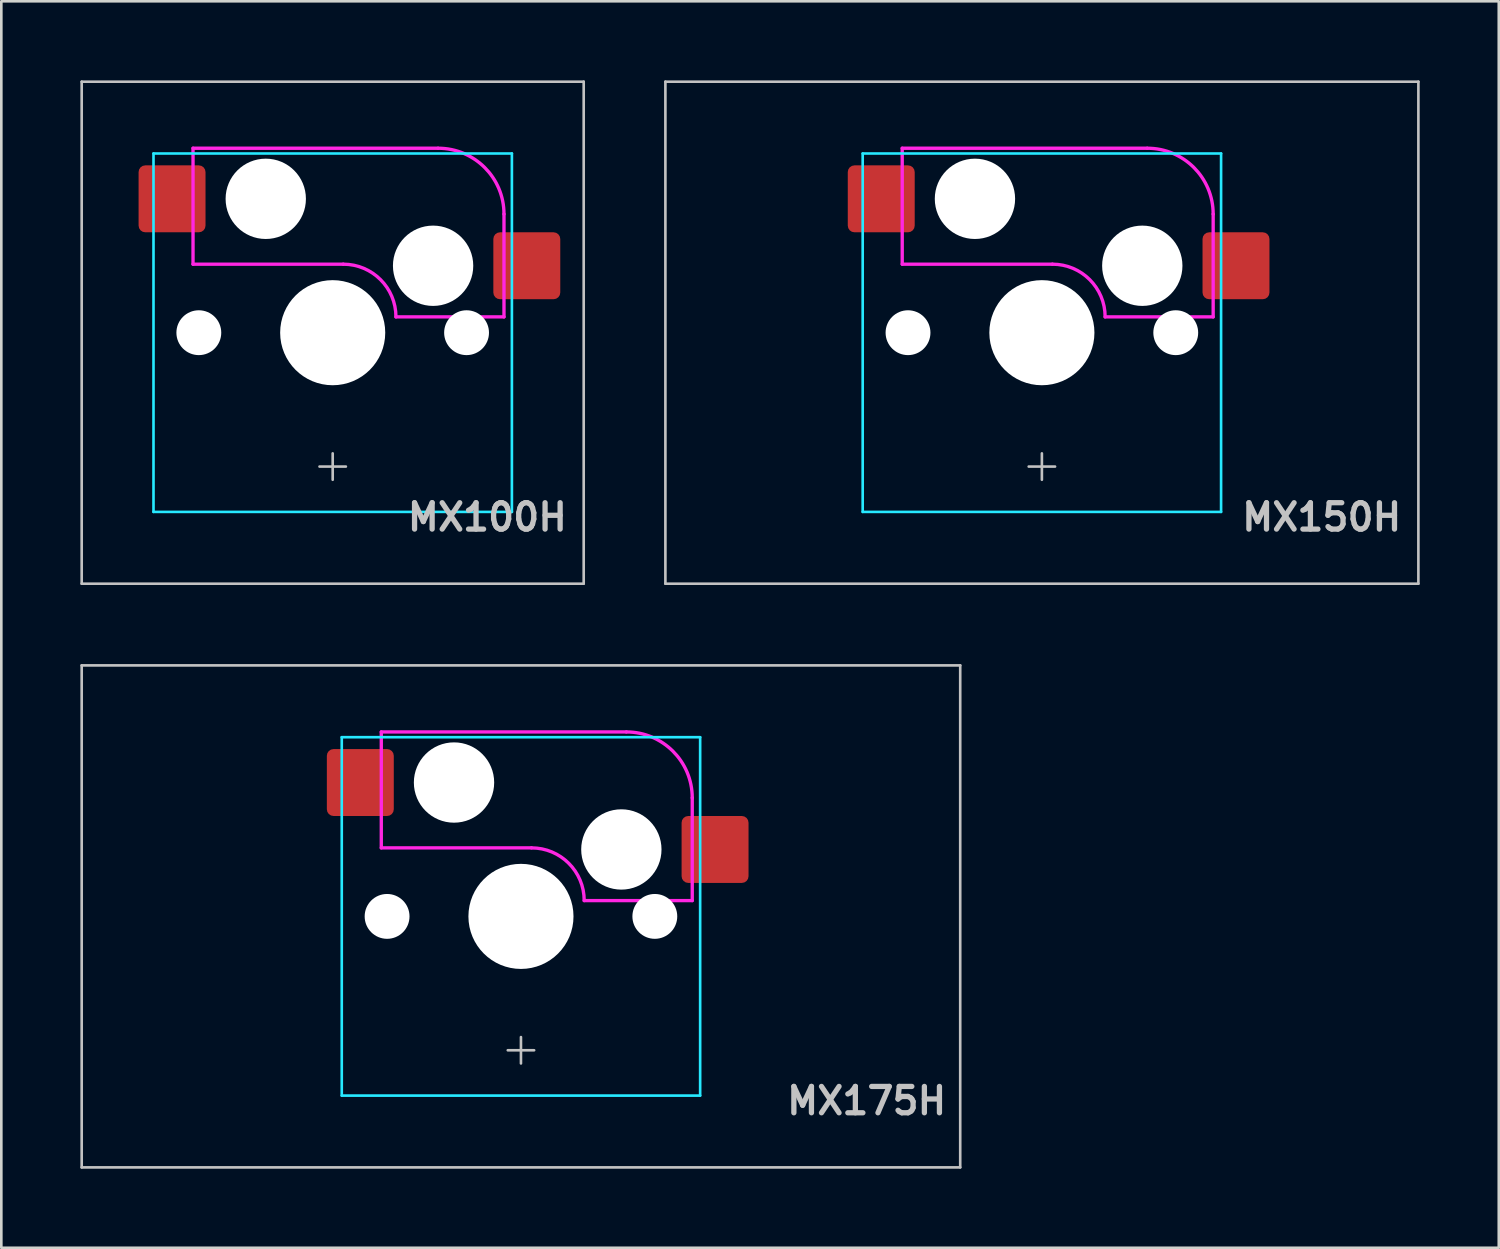
<source format=kicad_pcb>
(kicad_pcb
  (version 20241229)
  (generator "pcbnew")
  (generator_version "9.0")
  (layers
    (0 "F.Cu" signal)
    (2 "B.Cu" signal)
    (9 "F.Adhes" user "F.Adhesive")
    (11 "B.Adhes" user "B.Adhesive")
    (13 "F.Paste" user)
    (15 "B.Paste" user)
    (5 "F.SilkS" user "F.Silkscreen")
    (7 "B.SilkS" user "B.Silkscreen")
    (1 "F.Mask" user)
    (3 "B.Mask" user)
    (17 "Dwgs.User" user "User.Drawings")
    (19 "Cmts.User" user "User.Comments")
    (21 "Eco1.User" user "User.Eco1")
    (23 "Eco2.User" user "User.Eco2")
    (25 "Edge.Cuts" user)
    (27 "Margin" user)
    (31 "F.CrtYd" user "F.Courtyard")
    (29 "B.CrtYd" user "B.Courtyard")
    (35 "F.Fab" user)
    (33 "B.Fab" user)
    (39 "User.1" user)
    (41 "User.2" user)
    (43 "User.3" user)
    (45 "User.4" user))
  (footprint "MX100H"
    (layer "F.Cu")
    (at 9.575 9.575)
    (property "Reference" "MX100H" (at 9 7 0) (layer "Dwgs.User") (effects (font (size 1 1) (thickness 0.2)) (justify right)))
    (attr smd)
    (fp_line (start -9.525 -9.525) (end 9.525 -9.525) (stroke (width 0.1) (type solid)) (layer "Dwgs.User"))
    (fp_line (start -9.525 9.525) (end -9.525 -9.525) (stroke (width 0.1) (type solid)) (layer "Dwgs.User"))
    (fp_line (start -0.5 5.08) (end 0.5 5.08) (stroke (width 0.1) (type solid)) (layer "Dwgs.User"))
    (fp_line (start 0 4.58) (end 0 5.58) (stroke (width 0.1) (type solid)) (layer "Dwgs.User"))
    (fp_line (start 9.525 -9.525) (end 9.525 9.525) (stroke (width 0.1) (type solid)) (layer "Dwgs.User"))
    (fp_line (start 9.525 9.525) (end -9.525 9.525) (stroke (width 0.1) (type solid)) (layer "Dwgs.User"))
    (fp_line (start -7 -6.5) (end -7 6.5) (stroke (width 0.1) (type solid)) (layer "Eco1.User"))
    (fp_line (start -6.5 7) (end 6.5 7) (stroke (width 0.1) (type solid)) (layer "Eco1.User"))
    (fp_line (start 6.5 -7) (end -6.5 -7) (stroke (width 0.1) (type solid)) (layer "Eco1.User"))
    (fp_line (start 7 6.5) (end 7 -6.5) (stroke (width 0.1) (type solid)) (layer "Eco1.User"))
    (fp_arc (start -7 -6.5) (mid -6.853553 -6.853553) (end -6.5 -7) (stroke (width 0.1) (type solid)) (layer "Eco1.User"))
    (fp_arc (start -6.5 7) (mid -6.853553 6.853553) (end -7 6.5) (stroke (width 0.1) (type solid)) (layer "Eco1.User"))
    (fp_arc (start 6.5 -7) (mid 6.853553 -6.853553) (end 7 -6.5) (stroke (width 0.1) (type solid)) (layer "Eco1.User"))
    (fp_arc (start 7 6.5) (mid 6.853553 6.853553) (end 6.5 7) (stroke (width 0.1) (type solid)) (layer "Eco1.User"))
    (fp_line (start -6.8 -6.8) (end -6.8 6.8) (stroke (width 0.1) (type solid)) (layer "B.CrtYd"))
    (fp_line (start -6.8 -6.8) (end 6.8 -6.8) (stroke (width 0.1) (type solid)) (layer "B.CrtYd"))
    (fp_line (start -6.8 6.8) (end 6.8 6.8) (stroke (width 0.1) (type solid)) (layer "B.CrtYd"))
    (fp_line (start 6.8 -6.8) (end 6.8 6.8) (stroke (width 0.1) (type solid)) (layer "B.CrtYd"))
    (fp_line (start -5.3 -7) (end -5.3 -2.6) (stroke (width 0.127) (type solid)) (layer "F.CrtYd"))
    (fp_line (start -5.3 -7) (end 4 -7) (stroke (width 0.127) (type solid)) (layer "F.CrtYd"))
    (fp_line (start 0.4 -2.6) (end -5.3 -2.6) (stroke (width 0.127) (type solid)) (layer "F.CrtYd"))
    (fp_line (start 6.5 -4.5) (end 6.5 -0.6) (stroke (width 0.127) (type solid)) (layer "F.CrtYd"))
    (fp_line (start 6.5 -0.6) (end 2.4 -0.6) (stroke (width 0.127) (type solid)) (layer "F.CrtYd"))
    (fp_arc (start 0.4 -2.6) (mid 1.814214 -2.014214) (end 2.4 -0.6) (stroke (width 0.127) (type solid)) (layer "F.CrtYd"))
    (fp_arc (start 4 -7) (mid 5.767767 -6.267767) (end 6.5 -4.5) (stroke (width 0.127) (type solid)) (layer "F.CrtYd"))
    (pad "" np_thru_hole circle (at -5.08 0) (size 1.702 1.702) (drill 1.702) (layers "*.Cu" "*.Mask"))
    (pad "" np_thru_hole circle (at -2.54 -5.08) (size 3.048 3.048) (drill 3.048) (layers "*.Cu" "*.Mask"))
    (pad "" np_thru_hole circle (at 0 0) (size 3.988 3.988) (drill 3.988) (layers "*.Cu" "*.Mask"))
    (pad "" np_thru_hole circle (at 3.81 -2.54 90) (size 3.048 3.048) (drill 3.048) (layers "*.Cu" "*.Mask"))
    (pad "" np_thru_hole circle (at 5.08 0) (size 1.702 1.702) (drill 1.702) (layers "*.Cu" "*.Mask"))
    (pad "1" smd roundrect (at -6.096 -5.08) (size 2.54 2.54) (layers "F.Cu" "F.Mask") (roundrect_rratio 0.1))
    (pad "2" smd roundrect (at 7.366 -2.54) (size 2.54 2.54) (layers "F.Cu" "F.Mask") (roundrect_rratio 0.1)))
  (footprint "MX150H"
    (layer "F.Cu")
    (at 36.487 9.575)
    (property "Reference" "MX150H" (at 13.75 7 0) (layer "Dwgs.User") (effects (font (size 1 1) (thickness 0.2)) (justify right)))
    (attr smd)
    (fp_line (start -14.287 -9.525) (end -14.287 9.525) (stroke (width 0.1) (type solid)) (layer "Dwgs.User"))
    (fp_line (start -14.287 -9.525) (end 14.287 -9.525) (stroke (width 0.1) (type solid)) (layer "Dwgs.User"))
    (fp_line (start -14.287 9.525) (end 14.287 9.525) (stroke (width 0.1) (type solid)) (layer "Dwgs.User"))
    (fp_line (start -0.5 5.08) (end 0.5 5.08) (stroke (width 0.1) (type solid)) (layer "Dwgs.User"))
    (fp_line (start 0 4.58) (end 0 5.58) (stroke (width 0.1) (type solid)) (layer "Dwgs.User"))
    (fp_line (start 14.287 9.525) (end 14.287 -9.525) (stroke (width 0.1) (type solid)) (layer "Dwgs.User"))
    (fp_line (start -7 -6.5) (end -7 6.5) (stroke (width 0.1) (type solid)) (layer "Eco1.User"))
    (fp_line (start -6.5 7) (end 6.5 7) (stroke (width 0.1) (type solid)) (layer "Eco1.User"))
    (fp_line (start 6.5 -7) (end -6.5 -7) (stroke (width 0.1) (type solid)) (layer "Eco1.User"))
    (fp_line (start 7 6.5) (end 7 -6.5) (stroke (width 0.1) (type solid)) (layer "Eco1.User"))
    (fp_arc (start -7 -6.5) (mid -6.853553 -6.853553) (end -6.5 -7) (stroke (width 0.1) (type solid)) (layer "Eco1.User"))
    (fp_arc (start -6.5 7) (mid -6.853553 6.853553) (end -7 6.5) (stroke (width 0.1) (type solid)) (layer "Eco1.User"))
    (fp_arc (start 6.5 -7) (mid 6.853553 -6.853553) (end 7 -6.5) (stroke (width 0.1) (type solid)) (layer "Eco1.User"))
    (fp_arc (start 7 6.5) (mid 6.853553 6.853553) (end 6.5 7) (stroke (width 0.1) (type solid)) (layer "Eco1.User"))
    (fp_line (start -6.8 -6.8) (end -6.8 6.8) (stroke (width 0.1) (type solid)) (layer "B.CrtYd"))
    (fp_line (start -6.8 -6.8) (end 6.8 -6.8) (stroke (width 0.1) (type solid)) (layer "B.CrtYd"))
    (fp_line (start -6.8 6.8) (end 6.8 6.8) (stroke (width 0.1) (type solid)) (layer "B.CrtYd"))
    (fp_line (start 6.8 -6.8) (end 6.8 6.8) (stroke (width 0.1) (type solid)) (layer "B.CrtYd"))
    (fp_line (start -5.3 -7) (end -5.3 -2.6) (stroke (width 0.127) (type solid)) (layer "F.CrtYd"))
    (fp_line (start -5.3 -7) (end 4 -7) (stroke (width 0.127) (type solid)) (layer "F.CrtYd"))
    (fp_line (start 0.4 -2.6) (end -5.3 -2.6) (stroke (width 0.127) (type solid)) (layer "F.CrtYd"))
    (fp_line (start 6.5 -4.5) (end 6.5 -0.6) (stroke (width 0.127) (type solid)) (layer "F.CrtYd"))
    (fp_line (start 6.5 -0.6) (end 2.4 -0.6) (stroke (width 0.127) (type solid)) (layer "F.CrtYd"))
    (fp_arc (start 0.4 -2.6) (mid 1.814214 -2.014214) (end 2.4 -0.6) (stroke (width 0.127) (type solid)) (layer "F.CrtYd"))
    (fp_arc (start 4 -7) (mid 5.767767 -6.267767) (end 6.5 -4.5) (stroke (width 0.127) (type solid)) (layer "F.CrtYd"))
    (pad "" np_thru_hole circle (at -5.08 0) (size 1.702 1.702) (drill 1.702) (layers "*.Cu" "*.Mask"))
    (pad "" np_thru_hole circle (at -2.54 -5.08) (size 3.048 3.048) (drill 3.048) (layers "*.Cu" "*.Mask"))
    (pad "" np_thru_hole circle (at 0 0) (size 3.988 3.988) (drill 3.988) (layers "*.Cu" "*.Mask"))
    (pad "" np_thru_hole circle (at 3.81 -2.54 90) (size 3.048 3.048) (drill 3.048) (layers "*.Cu" "*.Mask"))
    (pad "" np_thru_hole circle (at 5.08 0) (size 1.702 1.702) (drill 1.702) (layers "*.Cu" "*.Mask"))
    (pad "1" smd roundrect (at -6.096 -5.08) (size 2.54 2.54) (layers "F.Cu" "F.Mask") (roundrect_rratio 0.1))
    (pad "2" smd roundrect (at 7.366 -2.54) (size 2.54 2.54) (layers "F.Cu" "F.Mask") (roundrect_rratio 0.1)))
  (footprint "MX175H"
    (layer "F.Cu")
    (at 16.719 31.725)
    (property "Reference" "MX175H" (at 16.25 7 0) (layer "Dwgs.User") (effects (font (size 1 1) (thickness 0.2)) (justify right)))
    (attr smd)
    (fp_line (start -16.669 -9.525) (end -16.669 9.525) (stroke (width 0.1) (type solid)) (layer "Dwgs.User"))
    (fp_line (start -16.669 -9.525) (end 16.669 -9.525) (stroke (width 0.1) (type solid)) (layer "Dwgs.User"))
    (fp_line (start -16.669 9.525) (end 16.669 9.525) (stroke (width 0.1) (type solid)) (layer "Dwgs.User"))
    (fp_line (start -0.5 5.08) (end 0.5 5.08) (stroke (width 0.1) (type solid)) (layer "Dwgs.User"))
    (fp_line (start 0 4.58) (end 0 5.58) (stroke (width 0.1) (type solid)) (layer "Dwgs.User"))
    (fp_line (start 16.669 9.525) (end 16.669 -9.525) (stroke (width 0.1) (type solid)) (layer "Dwgs.User"))
    (fp_line (start -7 -6.5) (end -7 6.5) (stroke (width 0.1) (type solid)) (layer "Eco1.User"))
    (fp_line (start -6.5 7) (end 6.5 7) (stroke (width 0.1) (type solid)) (layer "Eco1.User"))
    (fp_line (start 6.5 -7) (end -6.5 -7) (stroke (width 0.1) (type solid)) (layer "Eco1.User"))
    (fp_line (start 7 6.5) (end 7 -6.5) (stroke (width 0.1) (type solid)) (layer "Eco1.User"))
    (fp_arc (start -7 -6.5) (mid -6.853553 -6.853553) (end -6.5 -7) (stroke (width 0.1) (type solid)) (layer "Eco1.User"))
    (fp_arc (start -6.5 7) (mid -6.853553 6.853553) (end -7 6.5) (stroke (width 0.1) (type solid)) (layer "Eco1.User"))
    (fp_arc (start 6.5 -7) (mid 6.853553 -6.853553) (end 7 -6.5) (stroke (width 0.1) (type solid)) (layer "Eco1.User"))
    (fp_arc (start 7 6.5) (mid 6.853553 6.853553) (end 6.5 7) (stroke (width 0.1) (type solid)) (layer "Eco1.User"))
    (fp_line (start -6.8 -6.8) (end -6.8 6.8) (stroke (width 0.1) (type solid)) (layer "B.CrtYd"))
    (fp_line (start -6.8 -6.8) (end 6.8 -6.8) (stroke (width 0.1) (type solid)) (layer "B.CrtYd"))
    (fp_line (start -6.8 6.8) (end 6.8 6.8) (stroke (width 0.1) (type solid)) (layer "B.CrtYd"))
    (fp_line (start 6.8 -6.8) (end 6.8 6.8) (stroke (width 0.1) (type solid)) (layer "B.CrtYd"))
    (fp_line (start -5.3 -7) (end -5.3 -2.6) (stroke (width 0.127) (type solid)) (layer "F.CrtYd"))
    (fp_line (start -5.3 -7) (end 4 -7) (stroke (width 0.127) (type solid)) (layer "F.CrtYd"))
    (fp_line (start 0.4 -2.6) (end -5.3 -2.6) (stroke (width 0.127) (type solid)) (layer "F.CrtYd"))
    (fp_line (start 6.5 -4.5) (end 6.5 -0.6) (stroke (width 0.127) (type solid)) (layer "F.CrtYd"))
    (fp_line (start 6.5 -0.6) (end 2.4 -0.6) (stroke (width 0.127) (type solid)) (layer "F.CrtYd"))
    (fp_arc (start 0.4 -2.6) (mid 1.814214 -2.014214) (end 2.4 -0.6) (stroke (width 0.127) (type solid)) (layer "F.CrtYd"))
    (fp_arc (start 4 -7) (mid 5.767767 -6.267767) (end 6.5 -4.5) (stroke (width 0.127) (type solid)) (layer "F.CrtYd"))
    (pad "" np_thru_hole circle (at -5.08 0) (size 1.702 1.702) (drill 1.702) (layers "*.Cu" "*.Mask"))
    (pad "" np_thru_hole circle (at -2.54 -5.08) (size 3.048 3.048) (drill 3.048) (layers "*.Cu" "*.Mask"))
    (pad "" np_thru_hole circle (at 0 0) (size 3.988 3.988) (drill 3.988) (layers "*.Cu" "*.Mask"))
    (pad "" np_thru_hole circle (at 3.81 -2.54 90) (size 3.048 3.048) (drill 3.048) (layers "*.Cu" "*.Mask"))
    (pad "" np_thru_hole circle (at 5.08 0) (size 1.702 1.702) (drill 1.702) (layers "*.Cu" "*.Mask"))
    (pad "1" smd roundrect (at -6.096 -5.08) (size 2.54 2.54) (layers "F.Cu" "F.Mask") (roundrect_rratio 0.1))
    (pad "2" smd roundrect (at 7.366 -2.54) (size 2.54 2.54) (layers "F.Cu" "F.Mask") (roundrect_rratio 0.1)))
  (gr_rect
    (start -3 -3)
    (end 53.825 44.3)
    (stroke (width 0.1) (type default))
    (fill no)
    (layer "Edge.Cuts")))
</source>
